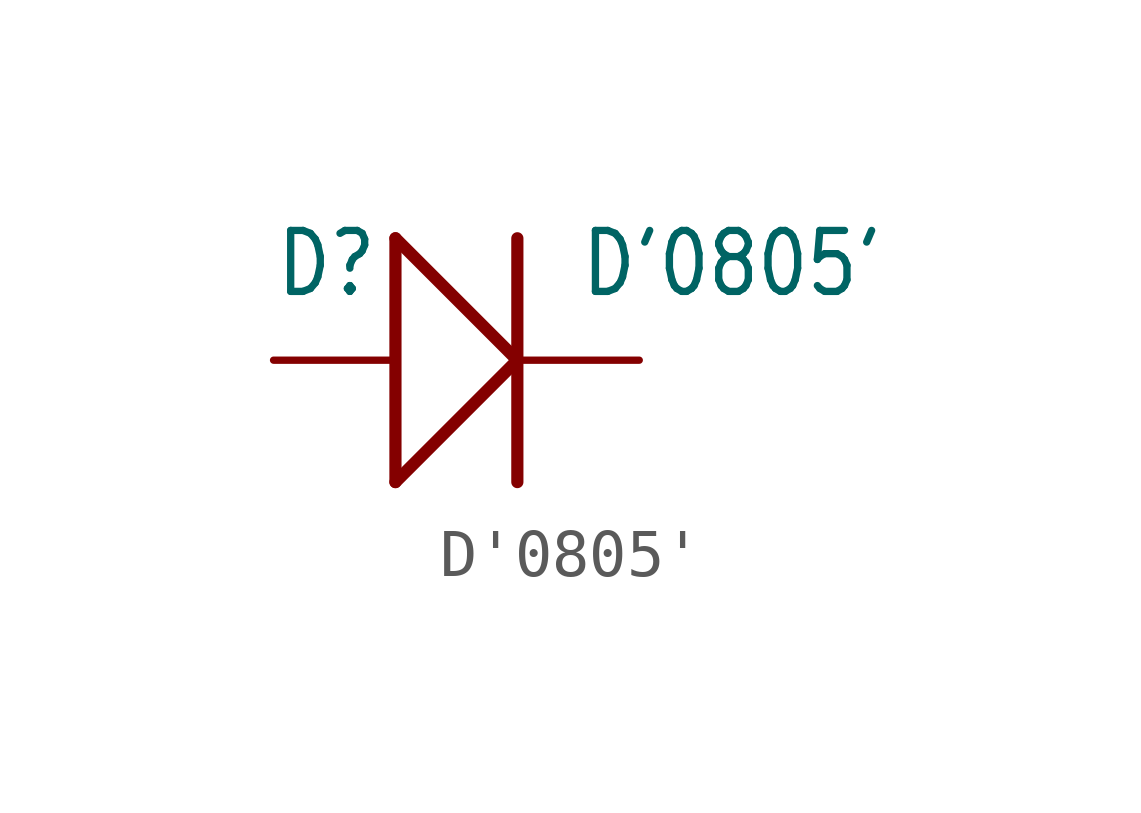
<source format=kicad_sym>
(kicad_symbol_lib
  (version 20211014)
  (generator kicad_symbol_editor)
  (symbol "D'0805'"
    (property "Reference" "D"
      (at -3.81 1.27 0)
      (effects (font (size 1.27 1.079)) (justify left bottom)))
    (property "Value" "D'0805'"
      (at 2.54 1.27 0)
      (effects (font (size 1.27 1.079)) (justify left bottom)))
    (property "ki_locked" ""
      (at 0 0 0)
      (effects (font (size 1.27 1.27))))
    (symbol "D'0805'_1_0"
      (polyline (pts (xy -1.27 -2.54) (xy -1.27 2.54)) (stroke (width 0.254) (type default) (color 0 0 0 0)) (fill (type none)))
      (polyline (pts (xy -1.27 -2.54) (xy 1.27 0)) (stroke (width 0.254) (type default) (color 0 0 0 0)) (fill (type none)))
      (polyline (pts (xy -1.27 2.54) (xy 1.27 0)) (stroke (width 0.254) (type default) (color 0 0 0 0)) (fill (type none)))
      (polyline (pts (xy 1.27 2.54) (xy 1.27 -2.54)) (stroke (width 0.254) (type default) (color 0 0 0 0)) (fill (type none)))
      (pin passive line (at -3.81 0 0) (length 2.54) (name "+" (effects (font (size 0 0)))) (number "+" (effects (font (size 0 0)))))
      (pin passive line (at 3.81 0 180) (length 2.54) (name "-" (effects (font (size 0 0)))) (number "-" (effects (font (size 0 0))))))))
</source>
